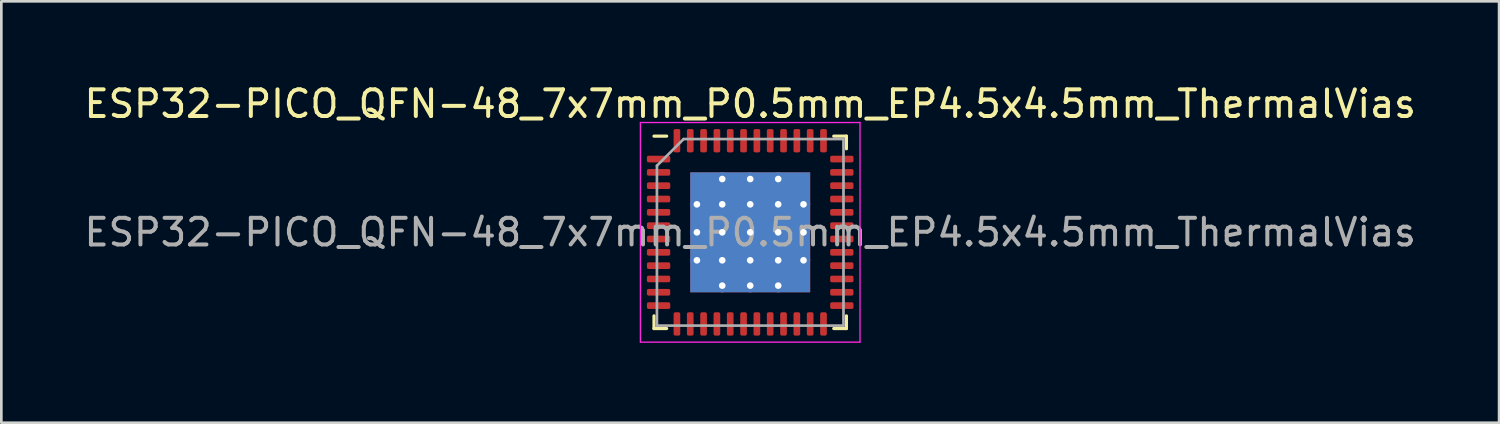
<source format=kicad_pcb>
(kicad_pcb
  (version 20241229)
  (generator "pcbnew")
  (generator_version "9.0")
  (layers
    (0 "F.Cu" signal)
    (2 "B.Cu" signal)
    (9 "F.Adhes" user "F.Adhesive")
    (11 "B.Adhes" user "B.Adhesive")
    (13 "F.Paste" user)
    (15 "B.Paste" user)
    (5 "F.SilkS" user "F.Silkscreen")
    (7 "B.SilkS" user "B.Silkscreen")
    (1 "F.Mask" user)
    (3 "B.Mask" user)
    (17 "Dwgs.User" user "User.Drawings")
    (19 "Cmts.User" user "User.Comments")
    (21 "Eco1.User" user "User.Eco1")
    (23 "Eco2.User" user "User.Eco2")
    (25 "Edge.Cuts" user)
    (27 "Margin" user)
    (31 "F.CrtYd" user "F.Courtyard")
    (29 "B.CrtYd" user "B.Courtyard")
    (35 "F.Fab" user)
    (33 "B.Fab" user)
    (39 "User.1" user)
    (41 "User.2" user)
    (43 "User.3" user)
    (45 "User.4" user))
  (footprint "ESP32-PICO_QFN-48_7x7mm_P0.5mm_EP4.5x4.5mm_ThermalVias"
    (layer "F.Cu")
    (at 25.101 5.668)
    (property "Reference" "ESP32-PICO_QFN-48_7x7mm_P0.5mm_EP4.5x4.5mm_ThermalVias" (at 0 -4.82 0) (layer "F.SilkS") (effects (font (size 1 1) (thickness 0.15))))
    (attr smd)
    (fp_line (start -3.61 3.61) (end -3.61 3.135) (stroke (width 0.12) (type solid)) (layer "F.SilkS"))
    (fp_line (start -3.135 -3.61) (end -3.61 -3.61) (stroke (width 0.12) (type solid)) (layer "F.SilkS"))
    (fp_line (start -3.135 3.61) (end -3.61 3.61) (stroke (width 0.12) (type solid)) (layer "F.SilkS"))
    (fp_line (start 3.135 -3.61) (end 3.61 -3.61) (stroke (width 0.12) (type solid)) (layer "F.SilkS"))
    (fp_line (start 3.135 3.61) (end 3.61 3.61) (stroke (width 0.12) (type solid)) (layer "F.SilkS"))
    (fp_line (start 3.61 -3.61) (end 3.61 -3.135) (stroke (width 0.12) (type solid)) (layer "F.SilkS"))
    (fp_line (start 3.61 3.61) (end 3.61 3.135) (stroke (width 0.12) (type solid)) (layer "F.SilkS"))
    (fp_line (start -4.12 -4.12) (end -4.12 4.12) (stroke (width 0.05) (type solid)) (layer "F.CrtYd"))
    (fp_line (start -4.12 4.12) (end 4.12 4.12) (stroke (width 0.05) (type solid)) (layer "F.CrtYd"))
    (fp_line (start 4.12 -4.12) (end -4.12 -4.12) (stroke (width 0.05) (type solid)) (layer "F.CrtYd"))
    (fp_line (start 4.12 4.12) (end 4.12 -4.12) (stroke (width 0.05) (type solid)) (layer "F.CrtYd"))
    (fp_line (start -3.5 -2.5) (end -2.5 -3.5) (stroke (width 0.1) (type solid)) (layer "F.Fab"))
    (fp_line (start -3.5 3.5) (end -3.5 -2.5) (stroke (width 0.1) (type solid)) (layer "F.Fab"))
    (fp_line (start -2.5 -3.5) (end 3.5 -3.5) (stroke (width 0.1) (type solid)) (layer "F.Fab"))
    (fp_line (start 3.5 -3.5) (end 3.5 3.5) (stroke (width 0.1) (type solid)) (layer "F.Fab"))
    (fp_line (start 3.5 3.5) (end -3.5 3.5) (stroke (width 0.1) (type solid)) (layer "F.Fab"))
    (fp_text user "${REFERENCE}" (at 0 0 0) (layer "F.Fab") (effects (font (size 1 1) (thickness 0.15))))
    (pad "" smd roundrect (at -1.575 -1.575) (size 0.75 0.75) (layers "F.Paste") (roundrect_rratio 0.25))
    (pad "" smd roundrect (at -1.575 -0.525) (size 0.75 0.75) (layers "F.Paste") (roundrect_rratio 0.25))
    (pad "" smd roundrect (at -1.575 0.525) (size 0.75 0.75) (layers "F.Paste") (roundrect_rratio 0.25))
    (pad "" smd roundrect (at -1.575 1.575) (size 0.75 0.75) (layers "F.Paste") (roundrect_rratio 0.25))
    (pad "" smd roundrect (at -0.525 -1.575) (size 0.75 0.75) (layers "F.Paste") (roundrect_rratio 0.25))
    (pad "" smd roundrect (at -0.525 -0.525) (size 0.75 0.75) (layers "F.Paste") (roundrect_rratio 0.25))
    (pad "" smd roundrect (at -0.525 0.525) (size 0.75 0.75) (layers "F.Paste") (roundrect_rratio 0.25))
    (pad "" smd roundrect (at -0.525 1.575) (size 0.75 0.75) (layers "F.Paste") (roundrect_rratio 0.25))
    (pad "" smd roundrect (at 0.525 -1.575) (size 0.75 0.75) (layers "F.Paste") (roundrect_rratio 0.25))
    (pad "" smd roundrect (at 0.525 -0.525) (size 0.75 0.75) (layers "F.Paste") (roundrect_rratio 0.25))
    (pad "" smd roundrect (at 0.525 0.525) (size 0.75 0.75) (layers "F.Paste") (roundrect_rratio 0.25))
    (pad "" smd roundrect (at 0.525 1.575) (size 0.75 0.75) (layers "F.Paste") (roundrect_rratio 0.25))
    (pad "" smd roundrect (at 1.575 -1.575) (size 0.75 0.75) (layers "F.Paste") (roundrect_rratio 0.25))
    (pad "" smd roundrect (at 1.575 -0.525) (size 0.75 0.75) (layers "F.Paste") (roundrect_rratio 0.25))
    (pad "" smd roundrect (at 1.575 0.525) (size 0.75 0.75) (layers "F.Paste") (roundrect_rratio 0.25))
    (pad "" smd roundrect (at 1.575 1.575) (size 0.75 0.75) (layers "F.Paste") (roundrect_rratio 0.25))
    (pad "1" smd roundrect (at -3.438 -2.75) (size 0.875 0.25) (layers "F.Cu" "F.Mask" "F.Paste") (roundrect_rratio 0.25))
    (pad "2" smd roundrect (at -3.438 -2.25) (size 0.875 0.25) (layers "F.Cu" "F.Mask" "F.Paste") (roundrect_rratio 0.25))
    (pad "3" smd roundrect (at -3.438 -1.75) (size 0.875 0.25) (layers "F.Cu" "F.Mask" "F.Paste") (roundrect_rratio 0.25))
    (pad "4" smd roundrect (at -3.438 -1.25) (size 0.875 0.25) (layers "F.Cu" "F.Mask" "F.Paste") (roundrect_rratio 0.25))
    (pad "5" smd roundrect (at -3.438 -0.75) (size 0.875 0.25) (layers "F.Cu" "F.Mask" "F.Paste") (roundrect_rratio 0.25))
    (pad "6" smd roundrect (at -3.438 -0.25) (size 0.875 0.25) (layers "F.Cu" "F.Mask" "F.Paste") (roundrect_rratio 0.25))
    (pad "7" smd roundrect (at -3.438 0.25) (size 0.875 0.25) (layers "F.Cu" "F.Mask" "F.Paste") (roundrect_rratio 0.25))
    (pad "8" smd roundrect (at -3.438 0.75) (size 0.875 0.25) (layers "F.Cu" "F.Mask" "F.Paste") (roundrect_rratio 0.25))
    (pad "9" smd roundrect (at -3.438 1.25) (size 0.875 0.25) (layers "F.Cu" "F.Mask" "F.Paste") (roundrect_rratio 0.25))
    (pad "10" smd roundrect (at -3.438 1.75) (size 0.875 0.25) (layers "F.Cu" "F.Mask" "F.Paste") (roundrect_rratio 0.25))
    (pad "11" smd roundrect (at -3.438 2.25) (size 0.875 0.25) (layers "F.Cu" "F.Mask" "F.Paste") (roundrect_rratio 0.25))
    (pad "12" smd roundrect (at -3.438 2.75) (size 0.875 0.25) (layers "F.Cu" "F.Mask" "F.Paste") (roundrect_rratio 0.25))
    (pad "13" smd roundrect (at -2.75 3.438) (size 0.25 0.875) (layers "F.Cu" "F.Mask" "F.Paste") (roundrect_rratio 0.25))
    (pad "14" smd roundrect (at -2.25 3.438) (size 0.25 0.875) (layers "F.Cu" "F.Mask" "F.Paste") (roundrect_rratio 0.25))
    (pad "15" smd roundrect (at -1.75 3.438) (size 0.25 0.875) (layers "F.Cu" "F.Mask" "F.Paste") (roundrect_rratio 0.25))
    (pad "16" smd roundrect (at -1.25 3.438) (size 0.25 0.875) (layers "F.Cu" "F.Mask" "F.Paste") (roundrect_rratio 0.25))
    (pad "17" smd roundrect (at -0.75 3.438) (size 0.25 0.875) (layers "F.Cu" "F.Mask" "F.Paste") (roundrect_rratio 0.25))
    (pad "18" smd roundrect (at -0.25 3.438) (size 0.25 0.875) (layers "F.Cu" "F.Mask" "F.Paste") (roundrect_rratio 0.25))
    (pad "19" smd roundrect (at 0.25 3.438) (size 0.25 0.875) (layers "F.Cu" "F.Mask" "F.Paste") (roundrect_rratio 0.25))
    (pad "20" smd roundrect (at 0.75 3.438) (size 0.25 0.875) (layers "F.Cu" "F.Mask" "F.Paste") (roundrect_rratio 0.25))
    (pad "21" smd roundrect (at 1.25 3.438) (size 0.25 0.875) (layers "F.Cu" "F.Mask" "F.Paste") (roundrect_rratio 0.25))
    (pad "22" smd roundrect (at 1.75 3.438) (size 0.25 0.875) (layers "F.Cu" "F.Mask" "F.Paste") (roundrect_rratio 0.25))
    (pad "23" smd roundrect (at 2.25 3.438) (size 0.25 0.875) (layers "F.Cu" "F.Mask" "F.Paste") (roundrect_rratio 0.25))
    (pad "24" smd roundrect (at 2.75 3.438) (size 0.25 0.875) (layers "F.Cu" "F.Mask" "F.Paste") (roundrect_rratio 0.25))
    (pad "25" smd roundrect (at 3.438 2.75) (size 0.875 0.25) (layers "F.Cu" "F.Mask" "F.Paste") (roundrect_rratio 0.25))
    (pad "26" smd roundrect (at 3.438 2.25) (size 0.875 0.25) (layers "F.Cu" "F.Mask" "F.Paste") (roundrect_rratio 0.25))
    (pad "27" smd roundrect (at 3.438 1.75) (size 0.875 0.25) (layers "F.Cu" "F.Mask" "F.Paste") (roundrect_rratio 0.25))
    (pad "28" smd roundrect (at 3.438 1.25) (size 0.875 0.25) (layers "F.Cu" "F.Mask" "F.Paste") (roundrect_rratio 0.25))
    (pad "29" smd roundrect (at 3.438 0.75) (size 0.875 0.25) (layers "F.Cu" "F.Mask" "F.Paste") (roundrect_rratio 0.25))
    (pad "30" smd roundrect (at 3.438 0.25) (size 0.875 0.25) (layers "F.Cu" "F.Mask" "F.Paste") (roundrect_rratio 0.25))
    (pad "31" smd roundrect (at 3.438 -0.25) (size 0.875 0.25) (layers "F.Cu" "F.Mask" "F.Paste") (roundrect_rratio 0.25))
    (pad "32" smd roundrect (at 3.438 -0.75) (size 0.875 0.25) (layers "F.Cu" "F.Mask" "F.Paste") (roundrect_rratio 0.25))
    (pad "33" smd roundrect (at 3.438 -1.25) (size 0.875 0.25) (layers "F.Cu" "F.Mask" "F.Paste") (roundrect_rratio 0.25))
    (pad "34" smd roundrect (at 3.438 -1.75) (size 0.875 0.25) (layers "F.Cu" "F.Mask" "F.Paste") (roundrect_rratio 0.25))
    (pad "35" smd roundrect (at 3.438 -2.25) (size 0.875 0.25) (layers "F.Cu" "F.Mask" "F.Paste") (roundrect_rratio 0.25))
    (pad "36" smd roundrect (at 3.438 -2.75) (size 0.875 0.25) (layers "F.Cu" "F.Mask" "F.Paste") (roundrect_rratio 0.25))
    (pad "37" smd roundrect (at 2.75 -3.438) (size 0.25 0.875) (layers "F.Cu" "F.Mask" "F.Paste") (roundrect_rratio 0.25))
    (pad "38" smd roundrect (at 2.25 -3.438) (size 0.25 0.875) (layers "F.Cu" "F.Mask" "F.Paste") (roundrect_rratio 0.25))
    (pad "39" smd roundrect (at 1.75 -3.438) (size 0.25 0.875) (layers "F.Cu" "F.Mask" "F.Paste") (roundrect_rratio 0.25))
    (pad "40" smd roundrect (at 1.25 -3.438) (size 0.25 0.875) (layers "F.Cu" "F.Mask" "F.Paste") (roundrect_rratio 0.25))
    (pad "41" smd roundrect (at 0.75 -3.438) (size 0.25 0.875) (layers "F.Cu" "F.Mask" "F.Paste") (roundrect_rratio 0.25))
    (pad "42" smd roundrect (at 0.25 -3.438) (size 0.25 0.875) (layers "F.Cu" "F.Mask" "F.Paste") (roundrect_rratio 0.25))
    (pad "43" smd roundrect (at -0.25 -3.438) (size 0.25 0.875) (layers "F.Cu" "F.Mask" "F.Paste") (roundrect_rratio 0.25))
    (pad "44" smd roundrect (at -0.75 -3.438) (size 0.25 0.875) (layers "F.Cu" "F.Mask" "F.Paste") (roundrect_rratio 0.25))
    (pad "45" smd roundrect (at -1.25 -3.438) (size 0.25 0.875) (layers "F.Cu" "F.Mask" "F.Paste") (roundrect_rratio 0.25))
    (pad "46" smd roundrect (at -1.75 -3.438) (size 0.25 0.875) (layers "F.Cu" "F.Mask" "F.Paste") (roundrect_rratio 0.25))
    (pad "47" smd roundrect (at -2.25 -3.438) (size 0.25 0.875) (layers "F.Cu" "F.Mask" "F.Paste") (roundrect_rratio 0.25))
    (pad "48" smd roundrect (at -2.75 -3.438) (size 0.25 0.875) (layers "F.Cu" "F.Mask" "F.Paste") (roundrect_rratio 0.25))
    (pad "49" thru_hole circle (at -2 -1.05) (size 0.5 0.5) (drill 0.25) (layers "*.Cu"))
    (pad "49" thru_hole circle (at -2 0) (size 0.5 0.5) (drill 0.25) (layers "*.Cu"))
    (pad "49" thru_hole circle (at -2 1.05) (size 0.5 0.5) (drill 0.25) (layers "*.Cu"))
    (pad "49" thru_hole circle (at -1.05 -2) (size 0.5 0.5) (drill 0.25) (layers "*.Cu"))
    (pad "49" thru_hole circle (at -1.05 -1.05) (size 0.5 0.5) (drill 0.25) (layers "*.Cu"))
    (pad "49" thru_hole circle (at -1.05 0) (size 0.5 0.5) (drill 0.25) (layers "*.Cu"))
    (pad "49" thru_hole circle (at -1.05 1.05) (size 0.5 0.5) (drill 0.25) (layers "*.Cu"))
    (pad "49" thru_hole circle (at -1.05 2) (size 0.5 0.5) (drill 0.25) (layers "*.Cu"))
    (pad "49" thru_hole circle (at 0 -2) (size 0.5 0.5) (drill 0.25) (layers "*.Cu"))
    (pad "49" thru_hole circle (at 0 -1.05) (size 0.5 0.5) (drill 0.25) (layers "*.Cu"))
    (pad "49" thru_hole circle (at 0 0) (size 0.5 0.5) (drill 0.25) (layers "*.Cu"))
    (pad "49" smd rect (at 0 0) (size 4.5 4.5) (layers "F.Cu" "F.Mask"))
    (pad "49" smd rect (at 0 0) (size 4.5 4.5) (layers "B.Cu"))
    (pad "49" thru_hole circle (at 0 1.05) (size 0.5 0.5) (drill 0.25) (layers "*.Cu"))
    (pad "49" thru_hole circle (at 0 2) (size 0.5 0.5) (drill 0.25) (layers "*.Cu"))
    (pad "49" thru_hole circle (at 1.05 -2) (size 0.5 0.5) (drill 0.25) (layers "*.Cu"))
    (pad "49" thru_hole circle (at 1.05 -1.05) (size 0.5 0.5) (drill 0.25) (layers "*.Cu"))
    (pad "49" thru_hole circle (at 1.05 0) (size 0.5 0.5) (drill 0.25) (layers "*.Cu"))
    (pad "49" thru_hole circle (at 1.05 1.05) (size 0.5 0.5) (drill 0.25) (layers "*.Cu"))
    (pad "49" thru_hole circle (at 1.05 2) (size 0.5 0.5) (drill 0.25) (layers "*.Cu"))
    (pad "49" thru_hole circle (at 2 -1.05) (size 0.5 0.5) (drill 0.25) (layers "*.Cu"))
    (pad "49" thru_hole circle (at 2 0) (size 0.5 0.5) (drill 0.25) (layers "*.Cu"))
    (pad "49" thru_hole circle (at 2 1.05) (size 0.5 0.5) (drill 0.25) (layers "*.Cu")))
  (gr_rect
    (start -3 -3)
    (end 53.202 12.813)
    (stroke (width 0.1) (type default))
    (fill no)
    (layer "Edge.Cuts")))
</source>
